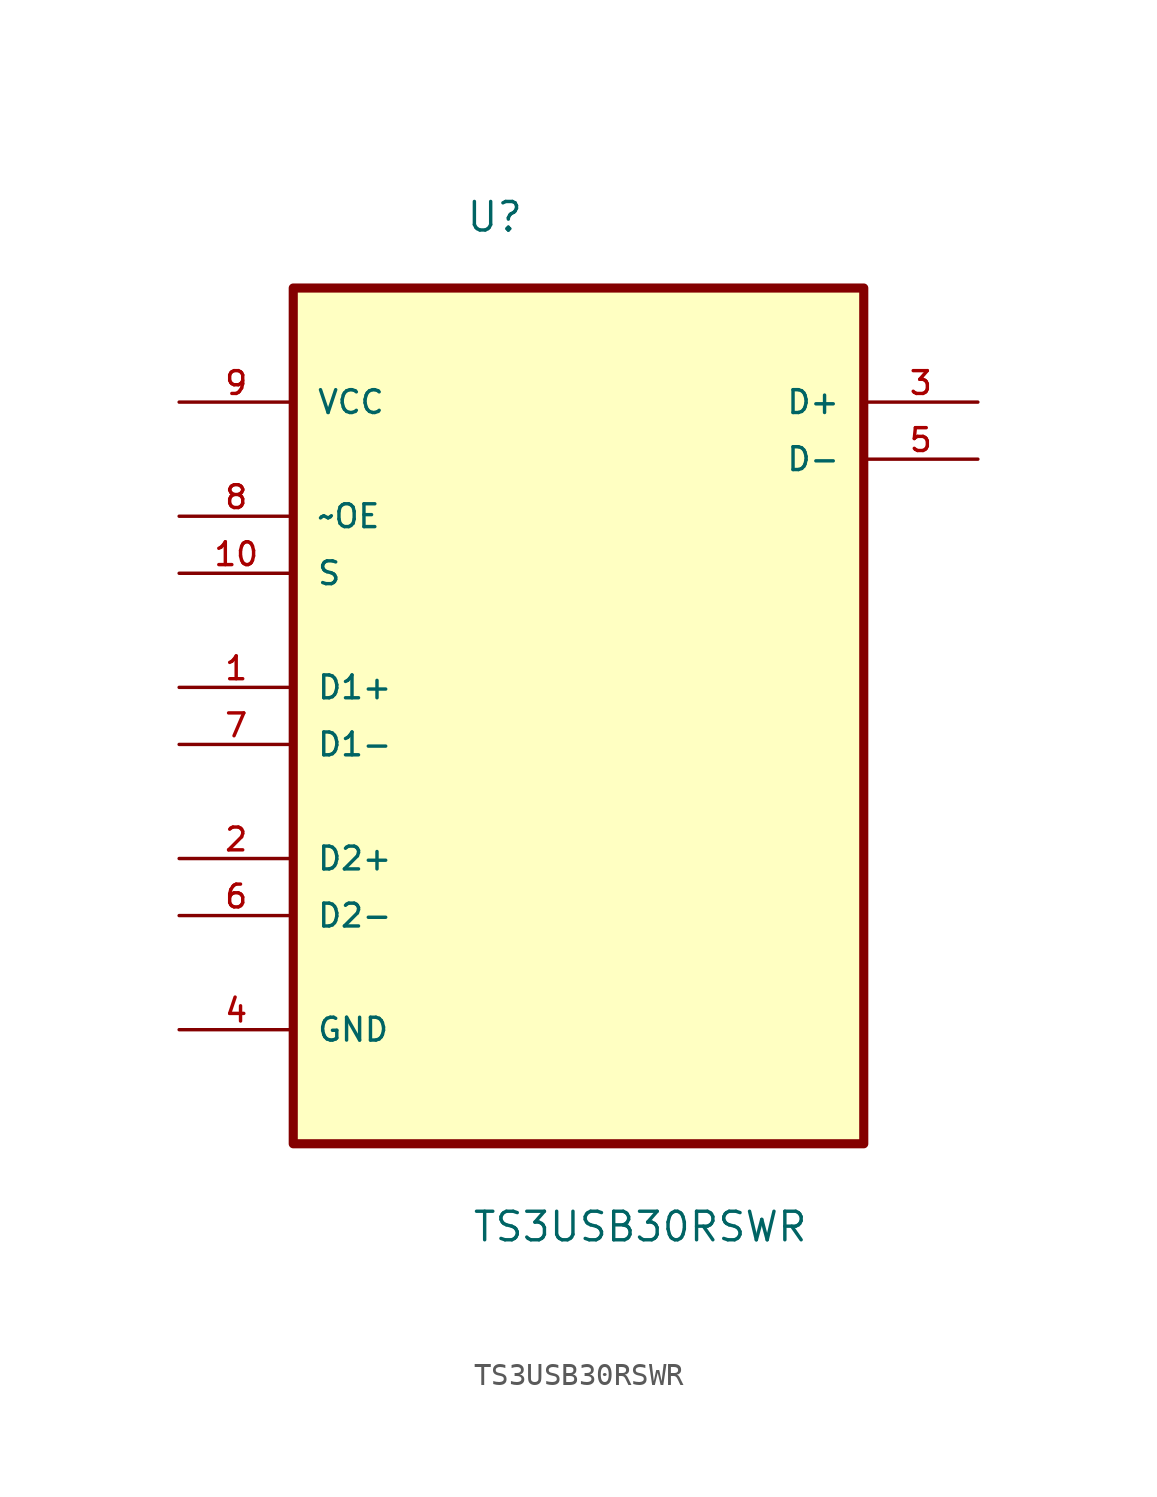
<source format=kicad_sym>
(kicad_symbol_lib
  (version 20211014)
  (generator kicad_symbol_editor)
  (symbol "TS3USB30RSWR"
    (pin_names
      (offset 1.016))
    (property "Reference" "U"
      (at -5.038 17.66 0)
      (effects (font (size 1.27 1.27)) (justify left bottom)))
    (property "Value" "TS3USB30RSWR"
      (at -4.762 -27.297 0)
      (effects (font (size 1.27 1.27)) (justify left bottom)))
    (symbol "TS3USB30RSWR_0_0"
      (rectangle (start -12.7 -22.86) (end 12.7 15.24) (stroke (width 0.406) (type default) (color 0 0 0 0)) (fill (type background)))
      (pin bidirectional line (at -17.78 -2.54 0) (length 5.08) (name "D1+" (effects (font (size 1.016 1.016)))) (number "1" (effects (font (size 1.016 1.016)))))
      (pin input line (at -17.78 2.54 0) (length 5.08) (name "S" (effects (font (size 1.016 1.016)))) (number "10" (effects (font (size 1.016 1.016)))))
      (pin bidirectional line (at -17.78 -10.16 0) (length 5.08) (name "D2+" (effects (font (size 1.016 1.016)))) (number "2" (effects (font (size 1.016 1.016)))))
      (pin bidirectional line (at 17.78 10.16 180) (length 5.08) (name "D+" (effects (font (size 1.016 1.016)))) (number "3" (effects (font (size 1.016 1.016)))))
      (pin passive line (at -17.78 -17.78 0) (length 5.08) (name "GND" (effects (font (size 1.016 1.016)))) (number "4" (effects (font (size 1.016 1.016)))))
      (pin bidirectional line (at 17.78 7.62 180) (length 5.08) (name "D-" (effects (font (size 1.016 1.016)))) (number "5" (effects (font (size 1.016 1.016)))))
      (pin bidirectional line (at -17.78 -12.7 0) (length 5.08) (name "D2-" (effects (font (size 1.016 1.016)))) (number "6" (effects (font (size 1.016 1.016)))))
      (pin bidirectional line (at -17.78 -5.08 0) (length 5.08) (name "D1-" (effects (font (size 1.016 1.016)))) (number "7" (effects (font (size 1.016 1.016)))))
      (pin input line (at -17.78 5.08 0) (length 5.08) (name "~OE" (effects (font (size 1.016 1.016)))) (number "8" (effects (font (size 1.016 1.016)))))
      (pin power_in line (at -17.78 10.16 0) (length 5.08) (name "VCC" (effects (font (size 1.016 1.016)))) (number "9" (effects (font (size 1.016 1.016))))))))
</source>
